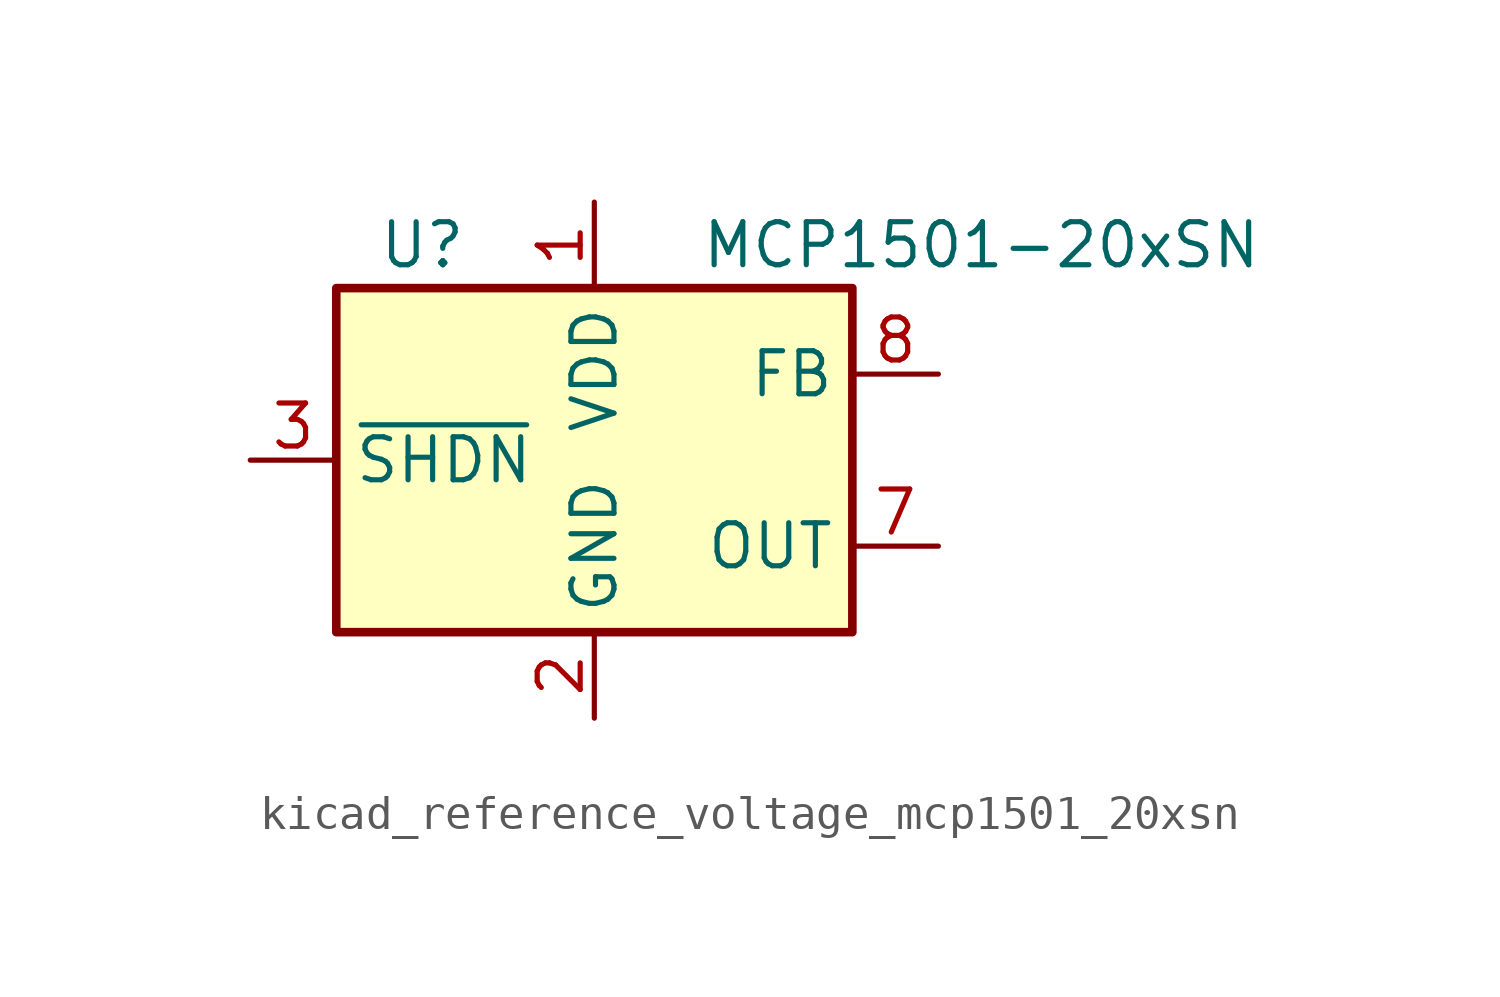
<source format=kicad_sym>
(kicad_symbol_lib
  (version 20220914)
  (generator kicad_symbol_editor)
  (symbol "kicad_reference_voltage_mcp1501_20xsn"
    (property "Reference" "U"
      (at -5.08 6.35 0)
      (effects (font (size 1.27 1.27))))
    (property "Value" "MCP1501-20xSN"
      (at 11.43 6.35 0)
      (effects (font (size 1.27 1.27))))
    (symbol "kicad_reference_voltage_mcp1501_20xsn_0_0"
      (pin power_in line (at 0 7.62 270) (length 2.54) (name "VDD" (effects (font (size 1.27 1.27)))) (number "1" (effects (font (size 1.27 1.27)))))
      (pin power_in line (at 0 -7.62 90) (length 2.54) (name "GND" (effects (font (size 1.27 1.27)))) (number "2" (effects (font (size 1.27 1.27)))))
      (pin input line (at -10.16 0 0) (length 2.54) (name "~{SHDN}" (effects (font (size 1.27 1.27)))) (number "3" (effects (font (size 1.27 1.27)))))
      (pin passive line (at 0 -7.62 90) (length 2.54) hide (name "GND" (effects (font (size 1.27 1.27)))) (number "4" (effects (font (size 1.27 1.27)))))
      (pin passive line (at 0 -7.62 90) (length 2.54) hide (name "GND" (effects (font (size 1.27 1.27)))) (number "5" (effects (font (size 1.27 1.27)))))
      (pin passive line (at 0 -7.62 90) (length 2.54) hide (name "GND" (effects (font (size 1.27 1.27)))) (number "6" (effects (font (size 1.27 1.27)))))
      (pin power_out line (at 10.16 -2.54 180) (length 2.54) (name "OUT" (effects (font (size 1.27 1.27)))) (number "7" (effects (font (size 1.27 1.27)))))
      (pin input line (at 10.16 2.54 180) (length 2.54) (name "FB" (effects (font (size 1.27 1.27)))) (number "8" (effects (font (size 1.27 1.27))))))
    (symbol "kicad_reference_voltage_mcp1501_20xsn_0_1"
      (rectangle (start -7.62 5.08) (end 7.62 -5.08) (stroke (width 0.254) (type default)) (fill (type background))))))
</source>
